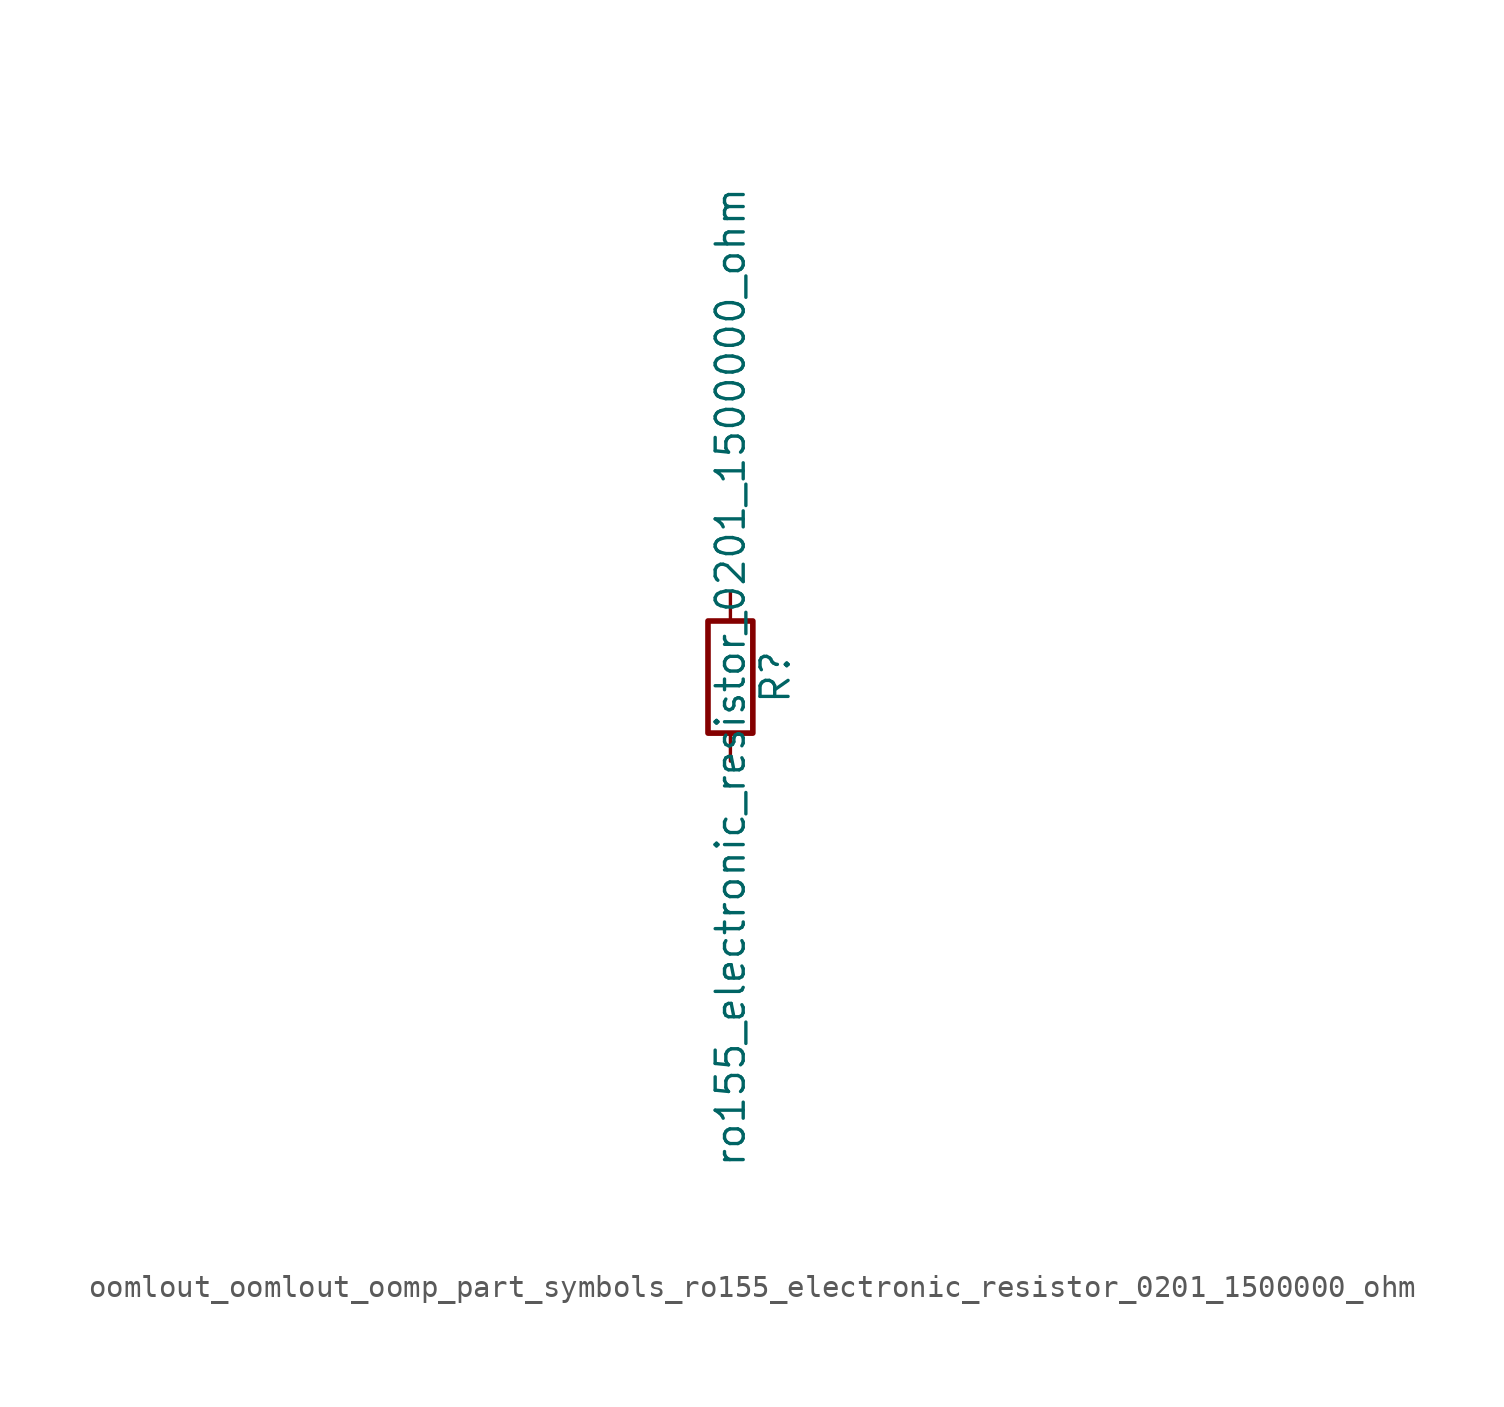
<source format=kicad_sym>
(kicad_symbol_lib
  (version 20220914)
  (generator kicad_symbol_editor)
  (symbol "oomlout_oomlout_oomp_part_symbols_ro155_electronic_resistor_0201_1500000_ohm"
    (pin_numbers hide)
    (pin_names
      (offset 0))
    (property "Reference" "R"
      (at 2.032 0 90)
      (effects (font (size 1.27 1.27))))
    (property "Value" "ro155_electronic_resistor_0201_1500000_ohm"
      (at 0 0 90)
      (effects (font (size 1.27 1.27))))
    (symbol "oomlout_oomlout_oomp_part_symbols_ro155_electronic_resistor_0201_1500000_ohm_0_1"
      (rectangle (start -1.016 -2.54) (end 1.016 2.54) (stroke (width 0.254) (type default)) (fill (type none))))
    (symbol "oomlout_oomlout_oomp_part_symbols_ro155_electronic_resistor_0201_1500000_ohm_1_1"
      (pin passive line (at 0 3.81 270) (length 1.27) (name "~" (effects (font (size 1.27 1.27)))) (number "1" (effects (font (size 1.27 1.27)))))
      (pin passive line (at 0 -3.81 90) (length 1.27) (name "~" (effects (font (size 1.27 1.27)))) (number "2" (effects (font (size 1.27 1.27))))))))
</source>
